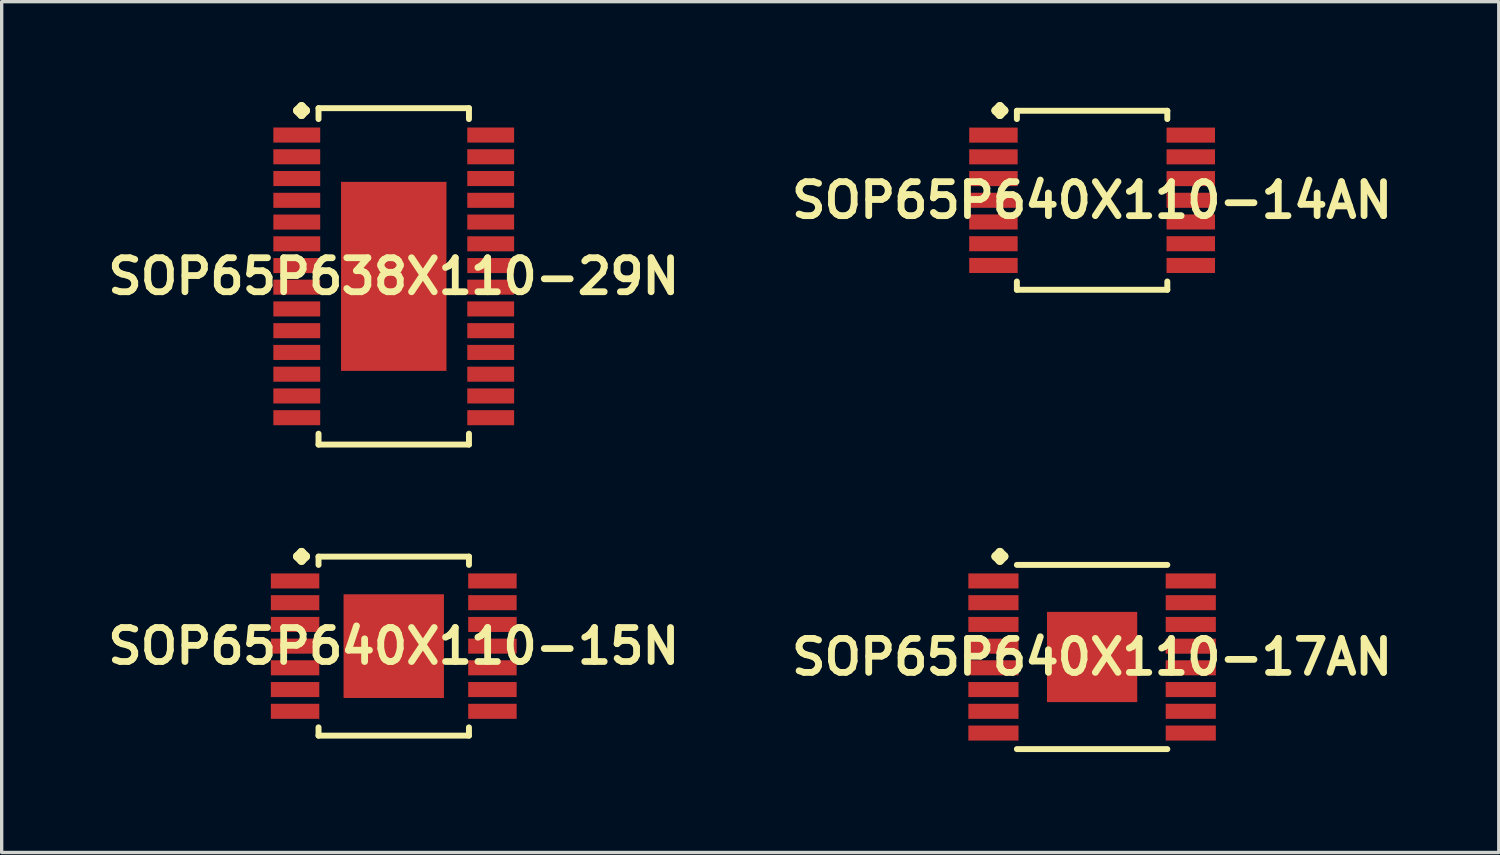
<source format=kicad_pcb>
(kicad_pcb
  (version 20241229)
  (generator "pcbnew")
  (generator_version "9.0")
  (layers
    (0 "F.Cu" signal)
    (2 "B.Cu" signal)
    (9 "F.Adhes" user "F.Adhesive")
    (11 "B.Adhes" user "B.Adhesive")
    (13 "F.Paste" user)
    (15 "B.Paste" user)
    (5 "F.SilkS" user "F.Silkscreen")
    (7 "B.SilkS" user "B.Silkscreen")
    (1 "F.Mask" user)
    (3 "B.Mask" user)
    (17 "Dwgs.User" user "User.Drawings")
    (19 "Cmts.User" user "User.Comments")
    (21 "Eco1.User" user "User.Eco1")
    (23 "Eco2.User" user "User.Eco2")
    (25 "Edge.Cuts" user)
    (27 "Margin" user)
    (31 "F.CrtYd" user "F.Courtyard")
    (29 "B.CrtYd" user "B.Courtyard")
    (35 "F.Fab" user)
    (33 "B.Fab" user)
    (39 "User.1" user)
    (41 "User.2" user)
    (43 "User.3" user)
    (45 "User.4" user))
  (footprint "SOP65P640X110-17AN"
    (layer "F.Cu")
    (at 29.59 16.586)
    (property "Reference" "SOP65P640X110-17AN" (at 0 0 0) (layer "F.SilkS") (effects (font (size 1.016 1.016) (thickness 0.203))))
    (attr smd)
    (fp_line (start -2.883 -3.007) (end -2.756 -3.134) (stroke (width 0.254) (type solid)) (layer "F.SilkS"))
    (fp_line (start -2.756 -3.134) (end -2.629 -3.007) (stroke (width 0.254) (type solid)) (layer "F.SilkS"))
    (fp_line (start -2.756 -2.88) (end -2.883 -3.007) (stroke (width 0.254) (type solid)) (layer "F.SilkS"))
    (fp_line (start -2.629 -3.007) (end -2.756 -2.88) (stroke (width 0.254) (type solid)) (layer "F.SilkS"))
    (fp_line (start -2.248 -2.753) (end 2.248 -2.753) (stroke (width 0.178) (type solid)) (layer "F.SilkS"))
    (fp_line (start -2.248 2.753) (end 2.248 2.753) (stroke (width 0.178) (type solid)) (layer "F.SilkS"))
    (pad "1" smd rect (at -2.949 -2.273) (size 1.499 0.45) (layers "F.Cu" "F.Mask" "F.Paste"))
    (pad "2" smd rect (at -2.949 -1.623) (size 1.499 0.45) (layers "F.Cu" "F.Mask" "F.Paste"))
    (pad "3" smd rect (at -2.949 -0.973) (size 1.499 0.45) (layers "F.Cu" "F.Mask" "F.Paste"))
    (pad "4" smd rect (at -2.949 -0.323) (size 1.499 0.45) (layers "F.Cu" "F.Mask" "F.Paste"))
    (pad "5" smd rect (at -2.949 0.323) (size 1.499 0.45) (layers "F.Cu" "F.Mask" "F.Paste"))
    (pad "6" smd rect (at -2.949 0.973) (size 1.499 0.45) (layers "F.Cu" "F.Mask" "F.Paste"))
    (pad "7" smd rect (at -2.949 1.623) (size 1.499 0.45) (layers "F.Cu" "F.Mask" "F.Paste"))
    (pad "8" smd rect (at -2.949 2.273) (size 1.499 0.45) (layers "F.Cu" "F.Mask" "F.Paste"))
    (pad "9" smd rect (at 2.949 2.273) (size 1.499 0.45) (layers "F.Cu" "F.Mask" "F.Paste"))
    (pad "10" smd rect (at 2.949 1.623) (size 1.499 0.45) (layers "F.Cu" "F.Mask" "F.Paste"))
    (pad "11" smd rect (at 2.949 0.973) (size 1.499 0.45) (layers "F.Cu" "F.Mask" "F.Paste"))
    (pad "12" smd rect (at 2.949 0.323) (size 1.499 0.45) (layers "F.Cu" "F.Mask" "F.Paste"))
    (pad "13" smd rect (at 2.949 -0.323) (size 1.499 0.45) (layers "F.Cu" "F.Mask" "F.Paste"))
    (pad "14" smd rect (at 2.949 -0.973) (size 1.499 0.45) (layers "F.Cu" "F.Mask" "F.Paste"))
    (pad "15" smd rect (at 2.949 -1.623) (size 1.499 0.45) (layers "F.Cu" "F.Mask" "F.Paste"))
    (pad "16" smd rect (at 2.949 -2.273) (size 1.499 0.45) (layers "F.Cu" "F.Mask" "F.Paste"))
    (pad "17" smd rect (at 0 0) (size 2.697 2.697) (layers "F.Cu" "F.Mask" "F.Paste")))
  (footprint "SOP65P640X110-15N"
    (layer "F.Cu")
    (at 8.718 16.261)
    (property "Reference" "SOP65P640X110-15N" (at 0 0 0) (layer "F.SilkS") (effects (font (size 1.016 1.016) (thickness 0.203))))
    (attr smd)
    (fp_line (start -2.883 -2.682) (end -2.756 -2.809) (stroke (width 0.254) (type solid)) (layer "F.SilkS"))
    (fp_line (start -2.756 -2.809) (end -2.629 -2.682) (stroke (width 0.254) (type solid)) (layer "F.SilkS"))
    (fp_line (start -2.756 -2.555) (end -2.883 -2.682) (stroke (width 0.254) (type solid)) (layer "F.SilkS"))
    (fp_line (start -2.629 -2.682) (end -2.756 -2.555) (stroke (width 0.254) (type solid)) (layer "F.SilkS"))
    (fp_line (start -2.248 -2.675) (end 2.248 -2.675) (stroke (width 0.178) (type solid)) (layer "F.SilkS"))
    (fp_line (start -2.248 -2.428) (end -2.248 -2.675) (stroke (width 0.178) (type solid)) (layer "F.SilkS"))
    (fp_line (start -2.248 2.428) (end -2.248 2.675) (stroke (width 0.178) (type solid)) (layer "F.SilkS"))
    (fp_line (start -2.248 2.675) (end 2.248 2.675) (stroke (width 0.178) (type solid)) (layer "F.SilkS"))
    (fp_line (start 2.248 -2.675) (end 2.248 -2.428) (stroke (width 0.178) (type solid)) (layer "F.SilkS"))
    (fp_line (start 2.248 2.675) (end 2.248 2.428) (stroke (width 0.178) (type solid)) (layer "F.SilkS"))
    (pad "1" smd rect (at -2.949 -1.948) (size 1.448 0.45) (layers "F.Cu" "F.Mask" "F.Paste"))
    (pad "2" smd rect (at -2.949 -1.298) (size 1.448 0.45) (layers "F.Cu" "F.Mask" "F.Paste"))
    (pad "3" smd rect (at -2.949 -0.648) (size 1.448 0.45) (layers "F.Cu" "F.Mask" "F.Paste"))
    (pad "4" smd rect (at -2.949 0) (size 1.448 0.45) (layers "F.Cu" "F.Mask" "F.Paste"))
    (pad "5" smd rect (at -2.949 0.648) (size 1.448 0.45) (layers "F.Cu" "F.Mask" "F.Paste"))
    (pad "6" smd rect (at -2.949 1.298) (size 1.448 0.45) (layers "F.Cu" "F.Mask" "F.Paste"))
    (pad "7" smd rect (at -2.949 1.948) (size 1.448 0.45) (layers "F.Cu" "F.Mask" "F.Paste"))
    (pad "8" smd rect (at 2.949 1.948) (size 1.448 0.45) (layers "F.Cu" "F.Mask" "F.Paste"))
    (pad "9" smd rect (at 2.949 1.298) (size 1.448 0.45) (layers "F.Cu" "F.Mask" "F.Paste"))
    (pad "10" smd rect (at 2.949 0.648) (size 1.448 0.45) (layers "F.Cu" "F.Mask" "F.Paste"))
    (pad "11" smd rect (at 2.949 0) (size 1.448 0.45) (layers "F.Cu" "F.Mask" "F.Paste"))
    (pad "12" smd rect (at 2.949 -0.648) (size 1.448 0.45) (layers "F.Cu" "F.Mask" "F.Paste"))
    (pad "13" smd rect (at 2.949 -1.298) (size 1.448 0.45) (layers "F.Cu" "F.Mask" "F.Paste"))
    (pad "14" smd rect (at 2.949 -1.948) (size 1.448 0.45) (layers "F.Cu" "F.Mask" "F.Paste"))
    (pad "15" smd rect (at 0 0) (size 3 3.099) (layers "F.Cu" "F.Mask" "F.Paste")))
  (footprint "SOP65P638X110-29N"
    (layer "F.Cu")
    (at 8.718 5.21)
    (property "Reference" "SOP65P638X110-29N" (at 0 0 0) (layer "F.SilkS") (effects (font (size 1.016 1.016) (thickness 0.203))))
    (attr smd)
    (fp_line (start -2.883 -4.956) (end -2.756 -5.083) (stroke (width 0.254) (type solid)) (layer "F.SilkS"))
    (fp_line (start -2.756 -5.083) (end -2.629 -4.956) (stroke (width 0.254) (type solid)) (layer "F.SilkS"))
    (fp_line (start -2.756 -4.829) (end -2.883 -4.956) (stroke (width 0.254) (type solid)) (layer "F.SilkS"))
    (fp_line (start -2.629 -4.956) (end -2.756 -4.829) (stroke (width 0.254) (type solid)) (layer "F.SilkS"))
    (fp_line (start -2.248 -5.027) (end 2.248 -5.027) (stroke (width 0.178) (type solid)) (layer "F.SilkS"))
    (fp_line (start -2.248 -4.702) (end -2.248 -5.027) (stroke (width 0.178) (type solid)) (layer "F.SilkS"))
    (fp_line (start -2.248 4.702) (end -2.248 5.027) (stroke (width 0.178) (type solid)) (layer "F.SilkS"))
    (fp_line (start -2.248 5.027) (end 2.248 5.027) (stroke (width 0.178) (type solid)) (layer "F.SilkS"))
    (fp_line (start 2.248 -5.027) (end 2.248 -4.702) (stroke (width 0.178) (type solid)) (layer "F.SilkS"))
    (fp_line (start 2.248 5.027) (end 2.248 4.702) (stroke (width 0.178) (type solid)) (layer "F.SilkS"))
    (pad "1" smd rect (at -2.898 -4.224) (size 1.4 0.45) (layers "F.Cu" "F.Mask" "F.Paste"))
    (pad "2" smd rect (at -2.898 -3.574) (size 1.4 0.45) (layers "F.Cu" "F.Mask" "F.Paste"))
    (pad "3" smd rect (at -2.898 -2.924) (size 1.4 0.45) (layers "F.Cu" "F.Mask" "F.Paste"))
    (pad "4" smd rect (at -2.898 -2.273) (size 1.4 0.45) (layers "F.Cu" "F.Mask" "F.Paste"))
    (pad "5" smd rect (at -2.898 -1.623) (size 1.4 0.45) (layers "F.Cu" "F.Mask" "F.Paste"))
    (pad "6" smd rect (at -2.898 -0.973) (size 1.4 0.45) (layers "F.Cu" "F.Mask" "F.Paste"))
    (pad "7" smd rect (at -2.898 -0.323) (size 1.4 0.45) (layers "F.Cu" "F.Mask" "F.Paste"))
    (pad "8" smd rect (at -2.898 0.323) (size 1.4 0.45) (layers "F.Cu" "F.Mask" "F.Paste"))
    (pad "9" smd rect (at -2.898 0.973) (size 1.4 0.45) (layers "F.Cu" "F.Mask" "F.Paste"))
    (pad "10" smd rect (at -2.898 1.623) (size 1.4 0.45) (layers "F.Cu" "F.Mask" "F.Paste"))
    (pad "11" smd rect (at -2.898 2.273) (size 1.4 0.45) (layers "F.Cu" "F.Mask" "F.Paste"))
    (pad "12" smd rect (at -2.898 2.924) (size 1.4 0.45) (layers "F.Cu" "F.Mask" "F.Paste"))
    (pad "13" smd rect (at -2.898 3.574) (size 1.4 0.45) (layers "F.Cu" "F.Mask" "F.Paste"))
    (pad "14" smd rect (at -2.898 4.224) (size 1.4 0.45) (layers "F.Cu" "F.Mask" "F.Paste"))
    (pad "15" smd rect (at 2.898 4.224) (size 1.4 0.45) (layers "F.Cu" "F.Mask" "F.Paste"))
    (pad "16" smd rect (at 2.898 3.574) (size 1.4 0.45) (layers "F.Cu" "F.Mask" "F.Paste"))
    (pad "17" smd rect (at 2.898 2.924) (size 1.4 0.45) (layers "F.Cu" "F.Mask" "F.Paste"))
    (pad "18" smd rect (at 2.898 2.273) (size 1.4 0.45) (layers "F.Cu" "F.Mask" "F.Paste"))
    (pad "19" smd rect (at 2.898 1.623) (size 1.4 0.45) (layers "F.Cu" "F.Mask" "F.Paste"))
    (pad "20" smd rect (at 2.898 0.973) (size 1.4 0.45) (layers "F.Cu" "F.Mask" "F.Paste"))
    (pad "21" smd rect (at 2.898 0.323) (size 1.4 0.45) (layers "F.Cu" "F.Mask" "F.Paste"))
    (pad "22" smd rect (at 2.898 -0.323) (size 1.4 0.45) (layers "F.Cu" "F.Mask" "F.Paste"))
    (pad "23" smd rect (at 2.898 -0.973) (size 1.4 0.45) (layers "F.Cu" "F.Mask" "F.Paste"))
    (pad "24" smd rect (at 2.898 -1.623) (size 1.4 0.45) (layers "F.Cu" "F.Mask" "F.Paste"))
    (pad "25" smd rect (at 2.898 -2.273) (size 1.4 0.45) (layers "F.Cu" "F.Mask" "F.Paste"))
    (pad "26" smd rect (at 2.898 -2.924) (size 1.4 0.45) (layers "F.Cu" "F.Mask" "F.Paste"))
    (pad "27" smd rect (at 2.898 -3.574) (size 1.4 0.45) (layers "F.Cu" "F.Mask" "F.Paste"))
    (pad "28" smd rect (at 2.898 -4.224) (size 1.4 0.45) (layers "F.Cu" "F.Mask" "F.Paste"))
    (pad "29" smd rect (at 0 0) (size 3.15 5.649) (layers "F.Cu" "F.Mask" "F.Paste")))
  (footprint "SOP65P640X110-14AN"
    (layer "F.Cu")
    (at 29.59 2.936)
    (property "Reference" "SOP65P640X110-14AN" (at 0 0 0) (layer "F.SilkS") (effects (font (size 1.016 1.016) (thickness 0.203))))
    (attr smd)
    (fp_line (start -2.883 -2.682) (end -2.756 -2.809) (stroke (width 0.254) (type solid)) (layer "F.SilkS"))
    (fp_line (start -2.756 -2.809) (end -2.629 -2.682) (stroke (width 0.254) (type solid)) (layer "F.SilkS"))
    (fp_line (start -2.756 -2.555) (end -2.883 -2.682) (stroke (width 0.254) (type solid)) (layer "F.SilkS"))
    (fp_line (start -2.629 -2.682) (end -2.756 -2.555) (stroke (width 0.254) (type solid)) (layer "F.SilkS"))
    (fp_line (start -2.248 -2.675) (end 2.248 -2.675) (stroke (width 0.178) (type solid)) (layer "F.SilkS"))
    (fp_line (start -2.248 -2.428) (end -2.248 -2.675) (stroke (width 0.178) (type solid)) (layer "F.SilkS"))
    (fp_line (start -2.248 2.428) (end -2.248 2.675) (stroke (width 0.178) (type solid)) (layer "F.SilkS"))
    (fp_line (start -2.248 2.675) (end 2.248 2.675) (stroke (width 0.178) (type solid)) (layer "F.SilkS"))
    (fp_line (start 2.248 -2.675) (end 2.248 -2.428) (stroke (width 0.178) (type solid)) (layer "F.SilkS"))
    (fp_line (start 2.248 2.675) (end 2.248 2.428) (stroke (width 0.178) (type solid)) (layer "F.SilkS"))
    (pad "1" smd rect (at -2.949 -1.948) (size 1.448 0.45) (layers "F.Cu" "F.Mask" "F.Paste"))
    (pad "2" smd rect (at -2.949 -1.298) (size 1.448 0.45) (layers "F.Cu" "F.Mask" "F.Paste"))
    (pad "3" smd rect (at -2.949 -0.648) (size 1.448 0.45) (layers "F.Cu" "F.Mask" "F.Paste"))
    (pad "4" smd rect (at -2.949 0) (size 1.448 0.45) (layers "F.Cu" "F.Mask" "F.Paste"))
    (pad "5" smd rect (at -2.949 0.648) (size 1.448 0.45) (layers "F.Cu" "F.Mask" "F.Paste"))
    (pad "6" smd rect (at -2.949 1.298) (size 1.448 0.45) (layers "F.Cu" "F.Mask" "F.Paste"))
    (pad "7" smd rect (at -2.949 1.948) (size 1.448 0.45) (layers "F.Cu" "F.Mask" "F.Paste"))
    (pad "8" smd rect (at 2.949 1.948) (size 1.448 0.45) (layers "F.Cu" "F.Mask" "F.Paste"))
    (pad "9" smd rect (at 2.949 1.298) (size 1.448 0.45) (layers "F.Cu" "F.Mask" "F.Paste"))
    (pad "10" smd rect (at 2.949 0.648) (size 1.448 0.45) (layers "F.Cu" "F.Mask" "F.Paste"))
    (pad "11" smd rect (at 2.949 0) (size 1.448 0.45) (layers "F.Cu" "F.Mask" "F.Paste"))
    (pad "12" smd rect (at 2.949 -0.648) (size 1.448 0.45) (layers "F.Cu" "F.Mask" "F.Paste"))
    (pad "13" smd rect (at 2.949 -1.298) (size 1.448 0.45) (layers "F.Cu" "F.Mask" "F.Paste"))
    (pad "14" smd rect (at 2.949 -1.948) (size 1.448 0.45) (layers "F.Cu" "F.Mask" "F.Paste")))
  (gr_rect
    (start -3 -3)
    (end 41.744 22.429)
    (stroke (width 0.1) (type default))
    (fill no)
    (layer "Edge.Cuts")))
</source>
